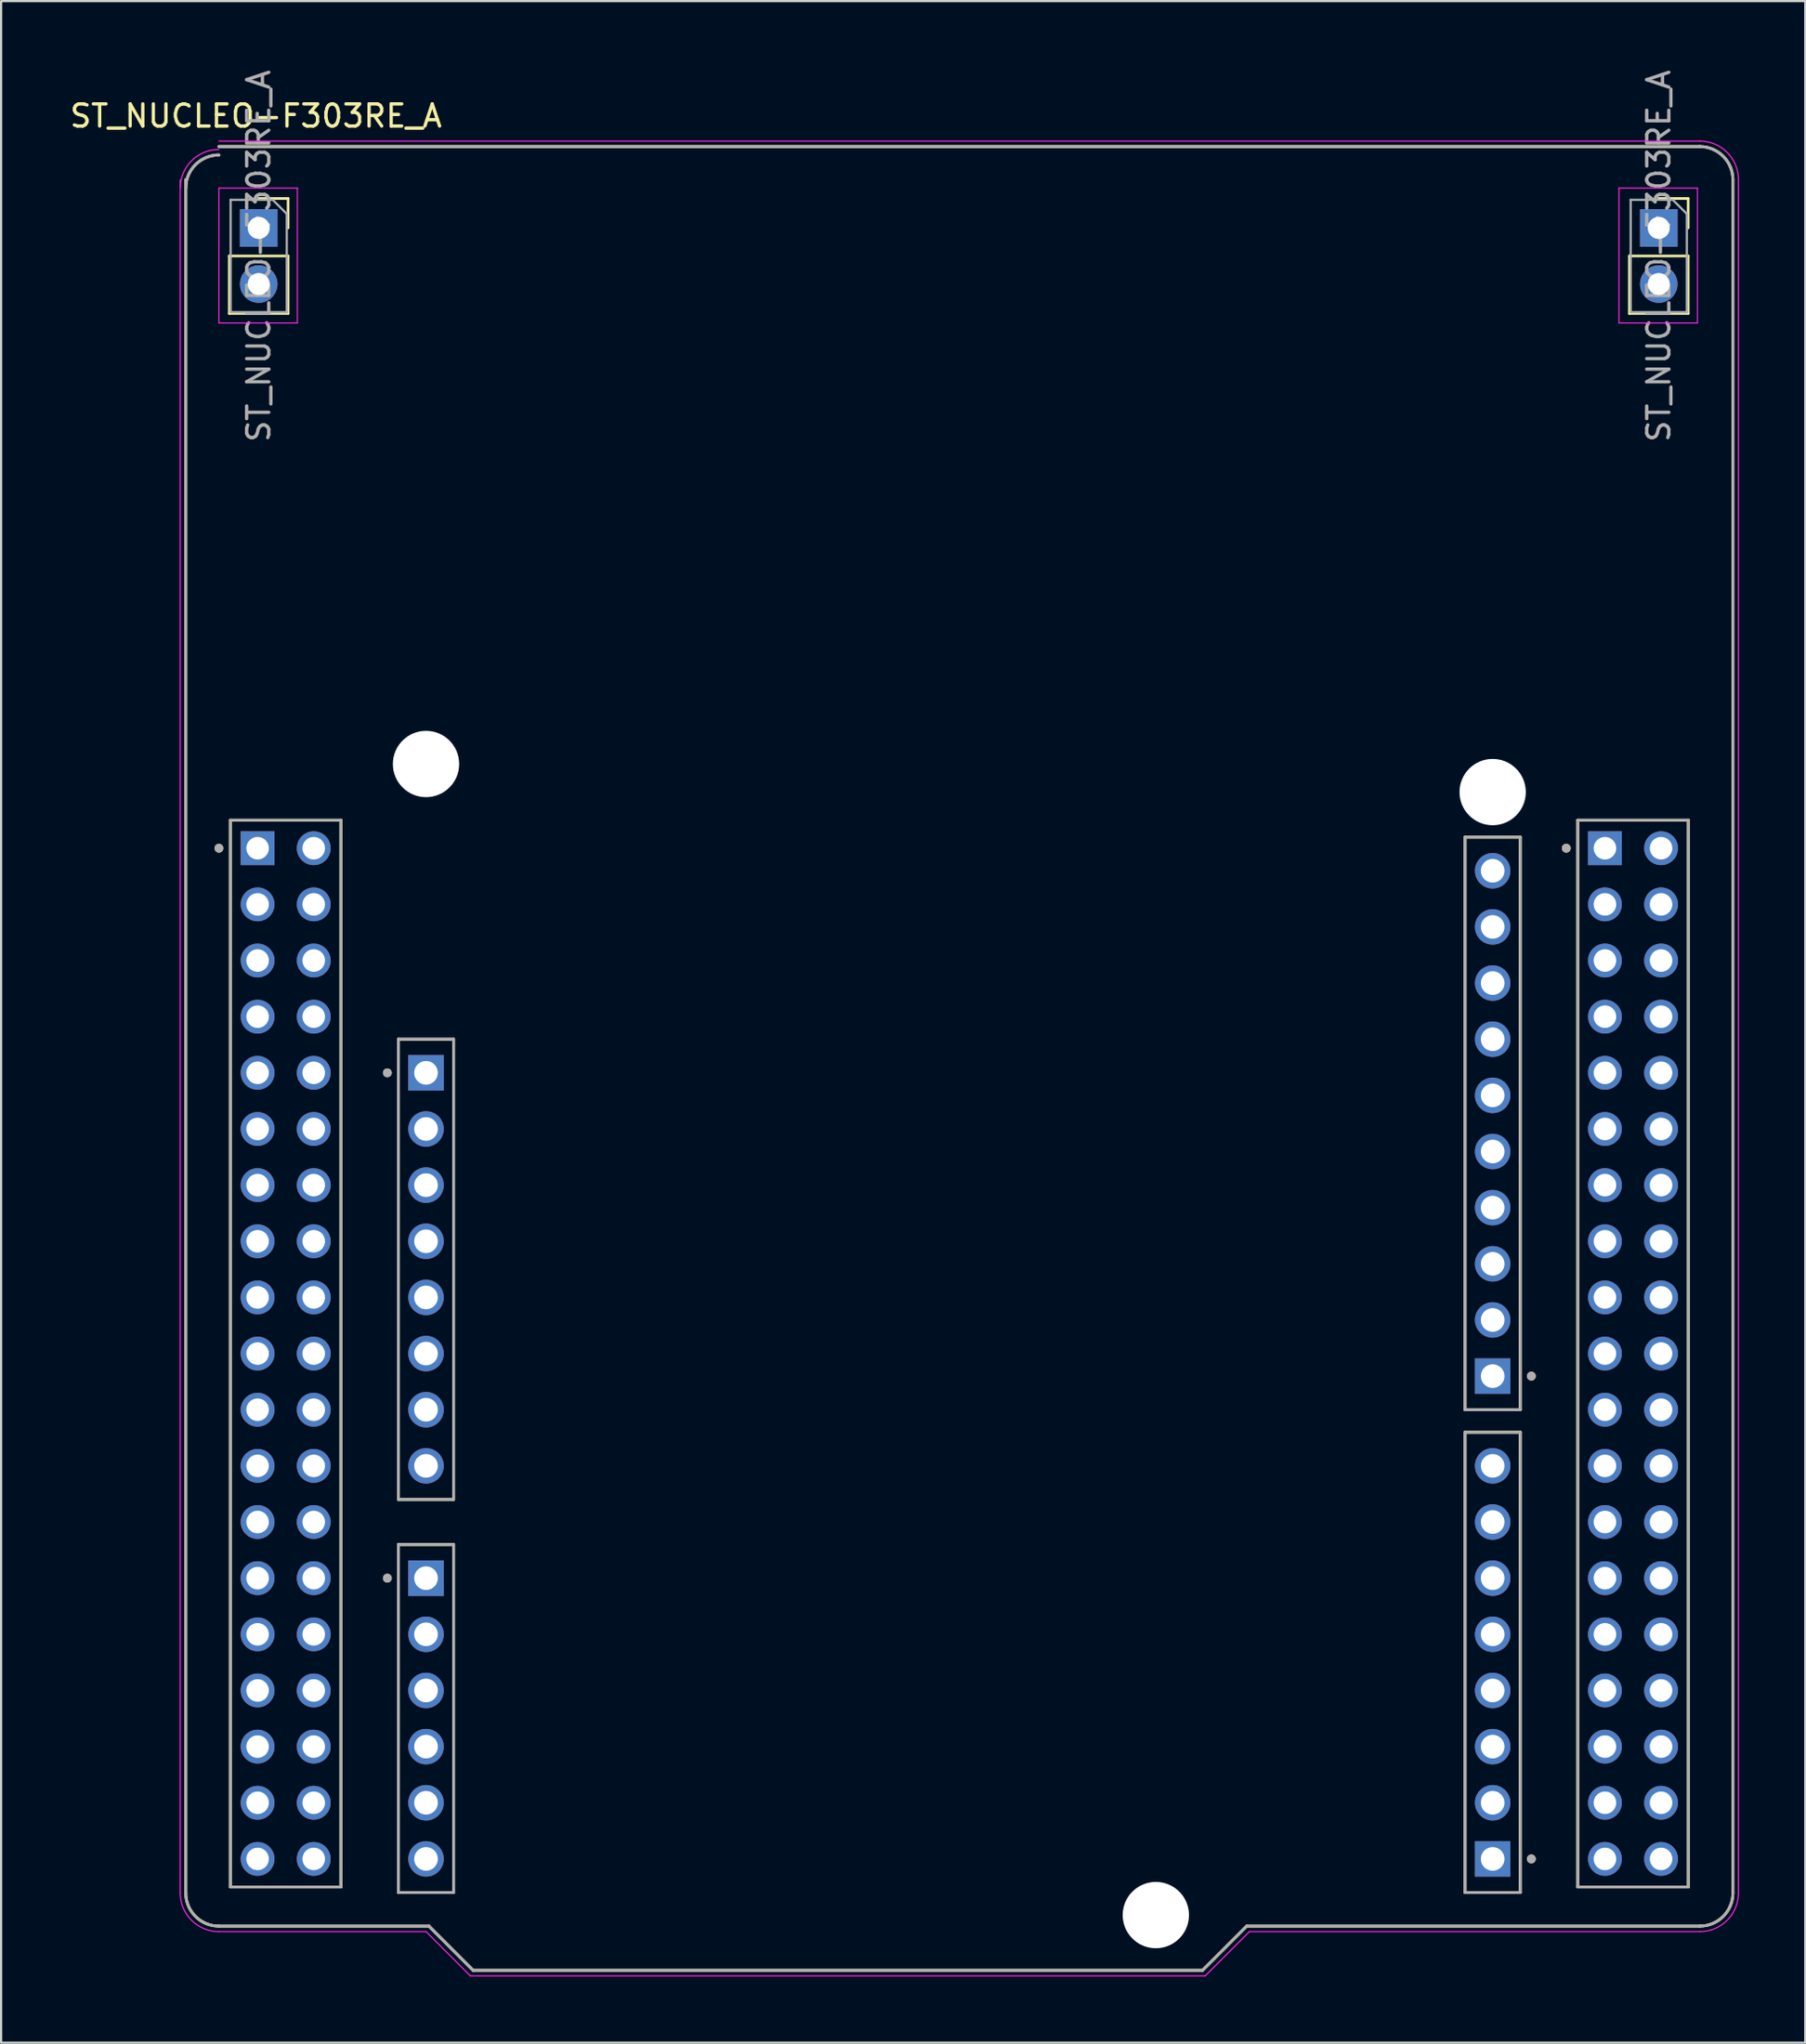
<source format=kicad_pcb>
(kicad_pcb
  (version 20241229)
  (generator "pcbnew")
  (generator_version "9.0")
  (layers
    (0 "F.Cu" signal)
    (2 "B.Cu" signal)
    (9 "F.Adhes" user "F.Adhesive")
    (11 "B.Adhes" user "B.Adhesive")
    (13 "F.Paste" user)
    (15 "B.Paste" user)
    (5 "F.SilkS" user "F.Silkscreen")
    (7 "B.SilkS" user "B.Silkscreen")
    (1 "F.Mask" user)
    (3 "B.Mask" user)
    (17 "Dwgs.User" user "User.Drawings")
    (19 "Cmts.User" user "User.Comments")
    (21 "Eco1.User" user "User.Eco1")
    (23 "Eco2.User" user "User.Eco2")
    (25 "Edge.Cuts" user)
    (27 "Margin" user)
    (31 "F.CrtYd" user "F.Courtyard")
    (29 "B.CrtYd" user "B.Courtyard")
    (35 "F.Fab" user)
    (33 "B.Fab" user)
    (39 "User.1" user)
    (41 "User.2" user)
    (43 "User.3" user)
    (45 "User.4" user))
  (footprint "ST_NUCLEO-F303RE_A"
    (layer "F.Cu")
    (at 40.355 44.83)
    (property "Reference" "ST_NUCLEO-F303RE_A" (at -31.825 -42.635 0) (layer "F.SilkS") (effects (font (size 1 1) (thickness 0.15))))
    (attr through_hole)
    (fp_line (start -35 37.75) (end -35 -39.75) (stroke (width 0.127) (type solid)) (layer "F.SilkS"))
    (fp_line (start -33.5 -41.25) (end 33.5 -41.25) (stroke (width 0.127) (type solid)) (layer "F.SilkS"))
    (fp_line (start -33.03 -36.3) (end -33.03 -33.7) (stroke (width 0.12) (type solid)) (layer "F.SilkS"))
    (fp_line (start -33.03 -36.3) (end -30.37 -36.3) (stroke (width 0.12) (type solid)) (layer "F.SilkS"))
    (fp_line (start -33.03 -33.7) (end -30.37 -33.7) (stroke (width 0.12) (type solid)) (layer "F.SilkS"))
    (fp_line (start -32.98 -10.78) (end -32.98 37.48) (stroke (width 0.127) (type solid)) (layer "F.SilkS"))
    (fp_line (start -32.98 37.48) (end -27.98 37.48) (stroke (width 0.127) (type solid)) (layer "F.SilkS"))
    (fp_line (start -31.7 -38.9) (end -30.37 -38.9) (stroke (width 0.12) (type solid)) (layer "F.SilkS"))
    (fp_line (start -30.37 -38.9) (end -30.37 -37.57) (stroke (width 0.12) (type solid)) (layer "F.SilkS"))
    (fp_line (start -30.37 -36.3) (end -30.37 -33.7) (stroke (width 0.12) (type solid)) (layer "F.SilkS"))
    (fp_line (start -27.98 -10.78) (end -32.98 -10.78) (stroke (width 0.127) (type solid)) (layer "F.SilkS"))
    (fp_line (start -27.98 37.48) (end -27.98 -10.78) (stroke (width 0.127) (type solid)) (layer "F.SilkS"))
    (fp_line (start -25.38 -0.87) (end -25.38 19.95) (stroke (width 0.127) (type solid)) (layer "F.SilkS"))
    (fp_line (start -25.38 19.95) (end -22.88 19.95) (stroke (width 0.127) (type solid)) (layer "F.SilkS"))
    (fp_line (start -25.38 21.99) (end -25.38 37.73) (stroke (width 0.127) (type solid)) (layer "F.SilkS"))
    (fp_line (start -25.38 37.73) (end -22.88 37.73) (stroke (width 0.127) (type solid)) (layer "F.SilkS"))
    (fp_line (start -24 39.25) (end -33.5 39.25) (stroke (width 0.127) (type solid)) (layer "F.SilkS"))
    (fp_line (start -22.88 -0.87) (end -25.38 -0.87) (stroke (width 0.127) (type solid)) (layer "F.SilkS"))
    (fp_line (start -22.88 19.95) (end -22.88 -0.87) (stroke (width 0.127) (type solid)) (layer "F.SilkS"))
    (fp_line (start -22.88 21.99) (end -25.38 21.99) (stroke (width 0.127) (type solid)) (layer "F.SilkS"))
    (fp_line (start -22.88 37.73) (end -22.88 21.99) (stroke (width 0.127) (type solid)) (layer "F.SilkS"))
    (fp_line (start -22 41.25) (end -24 39.25) (stroke (width 0.127) (type solid)) (layer "F.SilkS"))
    (fp_line (start 11 41.25) (end -22 41.25) (stroke (width 0.127) (type solid)) (layer "F.SilkS"))
    (fp_line (start 13 39.25) (end 11 41.25) (stroke (width 0.127) (type solid)) (layer "F.SilkS"))
    (fp_line (start 22.88 -10.01) (end 22.88 15.89) (stroke (width 0.127) (type solid)) (layer "F.SilkS"))
    (fp_line (start 22.88 15.89) (end 25.38 15.89) (stroke (width 0.127) (type solid)) (layer "F.SilkS"))
    (fp_line (start 22.88 16.91) (end 22.88 37.73) (stroke (width 0.127) (type solid)) (layer "F.SilkS"))
    (fp_line (start 22.88 37.73) (end 25.38 37.73) (stroke (width 0.127) (type solid)) (layer "F.SilkS"))
    (fp_line (start 25.38 -10.01) (end 22.88 -10.01) (stroke (width 0.127) (type solid)) (layer "F.SilkS"))
    (fp_line (start 25.38 15.89) (end 25.38 -10.01) (stroke (width 0.127) (type solid)) (layer "F.SilkS"))
    (fp_line (start 25.38 16.91) (end 22.88 16.91) (stroke (width 0.127) (type solid)) (layer "F.SilkS"))
    (fp_line (start 25.38 37.73) (end 25.38 16.91) (stroke (width 0.127) (type solid)) (layer "F.SilkS"))
    (fp_line (start 27.98 -10.78) (end 27.98 37.48) (stroke (width 0.127) (type solid)) (layer "F.SilkS"))
    (fp_line (start 27.98 37.48) (end 32.98 37.48) (stroke (width 0.127) (type solid)) (layer "F.SilkS"))
    (fp_line (start 30.315 -36.3) (end 30.315 -33.7) (stroke (width 0.12) (type solid)) (layer "F.SilkS"))
    (fp_line (start 30.315 -36.3) (end 32.975 -36.3) (stroke (width 0.12) (type solid)) (layer "F.SilkS"))
    (fp_line (start 30.315 -33.7) (end 32.975 -33.7) (stroke (width 0.12) (type solid)) (layer "F.SilkS"))
    (fp_line (start 31.645 -38.9) (end 32.975 -38.9) (stroke (width 0.12) (type solid)) (layer "F.SilkS"))
    (fp_line (start 32.975 -38.9) (end 32.975 -37.57) (stroke (width 0.12) (type solid)) (layer "F.SilkS"))
    (fp_line (start 32.975 -36.3) (end 32.975 -33.7) (stroke (width 0.12) (type solid)) (layer "F.SilkS"))
    (fp_line (start 32.98 -10.78) (end 27.98 -10.78) (stroke (width 0.127) (type solid)) (layer "F.SilkS"))
    (fp_line (start 32.98 37.48) (end 32.98 -10.78) (stroke (width 0.127) (type solid)) (layer "F.SilkS"))
    (fp_line (start 33.5 39.25) (end 13 39.25) (stroke (width 0.127) (type solid)) (layer "F.SilkS"))
    (fp_line (start 35 -39.75) (end 35 37.75) (stroke (width 0.127) (type solid)) (layer "F.SilkS"))
    (fp_arc (start -35 -39.37) (mid -34.56066 -40.43066) (end -33.5 -40.87) (stroke (width 0.127) (type solid)) (layer "F.SilkS"))
    (fp_arc (start -33.5 39.25) (mid -34.56066 38.81066) (end -35 37.75) (stroke (width 0.127) (type solid)) (layer "F.SilkS"))
    (fp_arc (start 33.5 -41.25) (mid 34.56066 -40.81066) (end 35 -39.75) (stroke (width 0.127) (type solid)) (layer "F.SilkS"))
    (fp_arc (start 35 37.75) (mid 34.56066 38.81066) (end 33.5 39.25) (stroke (width 0.127) (type solid)) (layer "F.SilkS"))
    (fp_circle (center -33.5 -9.51) (end -33.4 -9.51) (stroke (width 0.2) (type solid)) (fill no) (layer "F.SilkS"))
    (fp_circle (center -25.88 0.65) (end -25.78 0.65) (stroke (width 0.2) (type solid)) (fill no) (layer "F.SilkS"))
    (fp_circle (center -25.88 23.51) (end -25.78 23.51) (stroke (width 0.2) (type solid)) (fill no) (layer "F.SilkS"))
    (fp_circle (center 25.88 14.37) (end 25.98 14.37) (stroke (width 0.2) (type solid)) (fill no) (layer "F.SilkS"))
    (fp_circle (center 25.88 36.21) (end 25.98 36.21) (stroke (width 0.2) (type solid)) (fill no) (layer "F.SilkS"))
    (fp_circle (center 27.46 -9.51) (end 27.56 -9.51) (stroke (width 0.2) (type solid)) (fill no) (layer "F.SilkS"))
    (fp_line (start -35.25 37.75) (end -35.25 -39.75) (stroke (width 0.05) (type solid)) (layer "F.CrtYd"))
    (fp_line (start -33.5 -41.5) (end 33.5 -41.5) (stroke (width 0.05) (type solid)) (layer "F.CrtYd"))
    (fp_line (start -33.5 -39.37) (end -29.95 -39.37) (stroke (width 0.05) (type solid)) (layer "F.CrtYd"))
    (fp_line (start -33.5 -33.27) (end -33.5 -39.37) (stroke (width 0.05) (type solid)) (layer "F.CrtYd"))
    (fp_line (start -29.95 -39.37) (end -29.95 -33.27) (stroke (width 0.05) (type solid)) (layer "F.CrtYd"))
    (fp_line (start -29.95 -33.27) (end -33.5 -33.27) (stroke (width 0.05) (type solid)) (layer "F.CrtYd"))
    (fp_line (start -24.125 39.5) (end -33.5 39.5) (stroke (width 0.05) (type solid)) (layer "F.CrtYd"))
    (fp_line (start -22.125 41.5) (end -24.125 39.5) (stroke (width 0.05) (type solid)) (layer "F.CrtYd"))
    (fp_line (start 11.125 41.5) (end -22.125 41.5) (stroke (width 0.05) (type solid)) (layer "F.CrtYd"))
    (fp_line (start 13.125 39.5) (end 11.125 41.5) (stroke (width 0.05) (type solid)) (layer "F.CrtYd"))
    (fp_line (start 29.845 -39.37) (end 33.395 -39.37) (stroke (width 0.05) (type solid)) (layer "F.CrtYd"))
    (fp_line (start 29.845 -33.27) (end 29.845 -39.37) (stroke (width 0.05) (type solid)) (layer "F.CrtYd"))
    (fp_line (start 33.395 -39.37) (end 33.395 -33.27) (stroke (width 0.05) (type solid)) (layer "F.CrtYd"))
    (fp_line (start 33.395 -33.27) (end 29.845 -33.27) (stroke (width 0.05) (type solid)) (layer "F.CrtYd"))
    (fp_line (start 33.5 39.5) (end 13.125 39.5) (stroke (width 0.05) (type solid)) (layer "F.CrtYd"))
    (fp_line (start 35.25 -39.75) (end 35.25 37.75) (stroke (width 0.05) (type solid)) (layer "F.CrtYd"))
    (fp_arc (start -35.25 -39.37) (mid -34.737437 -40.607437) (end -33.5 -41.12) (stroke (width 0.05) (type solid)) (layer "F.CrtYd"))
    (fp_arc (start -33.5 39.5) (mid -34.737437 38.987437) (end -35.25 37.75) (stroke (width 0.05) (type solid)) (layer "F.CrtYd"))
    (fp_arc (start 33.5 -41.5) (mid 34.737437 -40.987437) (end 35.25 -39.75) (stroke (width 0.05) (type solid)) (layer "F.CrtYd"))
    (fp_arc (start 35.25 37.75) (mid 34.737437 38.987437) (end 33.5 39.5) (stroke (width 0.05) (type solid)) (layer "F.CrtYd"))
    (fp_line (start -35 37.75) (end -35 -39.75) (stroke (width 0.127) (type solid)) (layer "F.Fab"))
    (fp_line (start -33.5 -41.25) (end 33.5 -41.25) (stroke (width 0.127) (type solid)) (layer "F.Fab"))
    (fp_line (start -32.98 -10.78) (end -32.98 37.48) (stroke (width 0.127) (type solid)) (layer "F.Fab"))
    (fp_line (start -32.98 37.48) (end -27.98 37.48) (stroke (width 0.127) (type solid)) (layer "F.Fab"))
    (fp_line (start -32.97 -38.84) (end -31.065 -38.84) (stroke (width 0.1) (type solid)) (layer "F.Fab"))
    (fp_line (start -32.97 -33.76) (end -32.97 -38.84) (stroke (width 0.1) (type solid)) (layer "F.Fab"))
    (fp_line (start -31.065 -38.84) (end -30.43 -38.205) (stroke (width 0.1) (type solid)) (layer "F.Fab"))
    (fp_line (start -30.43 -38.205) (end -30.43 -33.76) (stroke (width 0.1) (type solid)) (layer "F.Fab"))
    (fp_line (start -30.43 -33.76) (end -32.97 -33.76) (stroke (width 0.1) (type solid)) (layer "F.Fab"))
    (fp_line (start -27.98 -10.78) (end -32.98 -10.78) (stroke (width 0.127) (type solid)) (layer "F.Fab"))
    (fp_line (start -27.98 37.48) (end -27.98 -10.78) (stroke (width 0.127) (type solid)) (layer "F.Fab"))
    (fp_line (start -25.38 -0.87) (end -25.38 19.95) (stroke (width 0.127) (type solid)) (layer "F.Fab"))
    (fp_line (start -25.38 19.95) (end -22.88 19.95) (stroke (width 0.127) (type solid)) (layer "F.Fab"))
    (fp_line (start -25.38 21.99) (end -25.38 37.73) (stroke (width 0.127) (type solid)) (layer "F.Fab"))
    (fp_line (start -25.38 37.73) (end -22.88 37.73) (stroke (width 0.127) (type solid)) (layer "F.Fab"))
    (fp_line (start -24 39.25) (end -33.5 39.25) (stroke (width 0.127) (type solid)) (layer "F.Fab"))
    (fp_line (start -22.88 -0.87) (end -25.38 -0.87) (stroke (width 0.127) (type solid)) (layer "F.Fab"))
    (fp_line (start -22.88 19.95) (end -22.88 -0.87) (stroke (width 0.127) (type solid)) (layer "F.Fab"))
    (fp_line (start -22.88 21.99) (end -25.38 21.99) (stroke (width 0.127) (type solid)) (layer "F.Fab"))
    (fp_line (start -22.88 37.73) (end -22.88 21.99) (stroke (width 0.127) (type solid)) (layer "F.Fab"))
    (fp_line (start -22 41.25) (end -24 39.25) (stroke (width 0.127) (type solid)) (layer "F.Fab"))
    (fp_line (start 11 41.25) (end -22 41.25) (stroke (width 0.127) (type solid)) (layer "F.Fab"))
    (fp_line (start 13 39.25) (end 11 41.25) (stroke (width 0.127) (type solid)) (layer "F.Fab"))
    (fp_line (start 22.88 -10.01) (end 22.88 15.89) (stroke (width 0.127) (type solid)) (layer "F.Fab"))
    (fp_line (start 22.88 15.89) (end 25.38 15.89) (stroke (width 0.127) (type solid)) (layer "F.Fab"))
    (fp_line (start 22.88 16.91) (end 22.88 37.73) (stroke (width 0.127) (type solid)) (layer "F.Fab"))
    (fp_line (start 22.88 37.73) (end 25.38 37.73) (stroke (width 0.127) (type solid)) (layer "F.Fab"))
    (fp_line (start 25.38 -10.01) (end 22.88 -10.01) (stroke (width 0.127) (type solid)) (layer "F.Fab"))
    (fp_line (start 25.38 15.89) (end 25.38 -10.01) (stroke (width 0.127) (type solid)) (layer "F.Fab"))
    (fp_line (start 25.38 16.91) (end 22.88 16.91) (stroke (width 0.127) (type solid)) (layer "F.Fab"))
    (fp_line (start 25.38 37.73) (end 25.38 16.91) (stroke (width 0.127) (type solid)) (layer "F.Fab"))
    (fp_line (start 27.98 -10.78) (end 27.98 37.48) (stroke (width 0.127) (type solid)) (layer "F.Fab"))
    (fp_line (start 27.98 37.48) (end 32.98 37.48) (stroke (width 0.127) (type solid)) (layer "F.Fab"))
    (fp_line (start 30.375 -38.84) (end 32.28 -38.84) (stroke (width 0.1) (type solid)) (layer "F.Fab"))
    (fp_line (start 30.375 -33.76) (end 30.375 -38.84) (stroke (width 0.1) (type solid)) (layer "F.Fab"))
    (fp_line (start 32.28 -38.84) (end 32.915 -38.205) (stroke (width 0.1) (type solid)) (layer "F.Fab"))
    (fp_line (start 32.915 -38.205) (end 32.915 -33.76) (stroke (width 0.1) (type solid)) (layer "F.Fab"))
    (fp_line (start 32.915 -33.76) (end 30.375 -33.76) (stroke (width 0.1) (type solid)) (layer "F.Fab"))
    (fp_line (start 32.98 -10.78) (end 27.98 -10.78) (stroke (width 0.127) (type solid)) (layer "F.Fab"))
    (fp_line (start 32.98 37.48) (end 32.98 -10.78) (stroke (width 0.127) (type solid)) (layer "F.Fab"))
    (fp_line (start 33.5 39.25) (end 13 39.25) (stroke (width 0.127) (type solid)) (layer "F.Fab"))
    (fp_line (start 35 -39.75) (end 35 37.75) (stroke (width 0.127) (type solid)) (layer "F.Fab"))
    (fp_arc (start -35 -39.37) (mid -34.56066 -40.43066) (end -33.5 -40.87) (stroke (width 0.127) (type solid)) (layer "F.Fab"))
    (fp_arc (start -33.5 39.25) (mid -34.56066 38.81066) (end -35 37.75) (stroke (width 0.127) (type solid)) (layer "F.Fab"))
    (fp_arc (start 33.5 -41.25) (mid 34.56066 -40.81066) (end 35 -39.75) (stroke (width 0.127) (type solid)) (layer "F.Fab"))
    (fp_arc (start 35 37.75) (mid 34.56066 38.81066) (end 33.5 39.25) (stroke (width 0.127) (type solid)) (layer "F.Fab"))
    (fp_circle (center -33.5 -9.51) (end -33.4 -9.51) (stroke (width 0.2) (type solid)) (fill no) (layer "F.Fab"))
    (fp_circle (center -25.88 0.65) (end -25.78 0.65) (stroke (width 0.2) (type solid)) (fill no) (layer "F.Fab"))
    (fp_circle (center -25.88 23.51) (end -25.78 23.51) (stroke (width 0.2) (type solid)) (fill no) (layer "F.Fab"))
    (fp_circle (center 25.88 14.37) (end 25.98 14.37) (stroke (width 0.2) (type solid)) (fill no) (layer "F.Fab"))
    (fp_circle (center 25.88 36.21) (end 25.98 36.21) (stroke (width 0.2) (type solid)) (fill no) (layer "F.Fab"))
    (fp_circle (center 27.46 -9.51) (end 27.56 -9.51) (stroke (width 0.2) (type solid)) (fill no) (layer "F.Fab"))
    (fp_text user "${REFERENCE}" (at -31.7 -36.3 90) (layer "F.Fab") (effects (font (size 1 1) (thickness 0.15))))
    (fp_text user "${REFERENCE}" (at 31.645 -36.3 90) (layer "F.Fab") (effects (font (size 1 1) (thickness 0.15))))
    (pad "" np_thru_hole circle (at -24.13 -13.32) (size 3 3) (drill 3) (layers "*.Cu" "*.Mask"))
    (pad "" np_thru_hole circle (at 8.89 38.75) (size 3 3) (drill 3) (layers "*.Cu" "*.Mask"))
    (pad "" np_thru_hole circle (at 24.13 -12.05) (size 3 3) (drill 3) (layers "*.Cu" "*.Mask"))
    (pad "1" thru_hole rect (at -31.7 -37.57) (size 1.7 1.7) (drill 1) (layers "*.Cu" "*.Mask"))
    (pad "1" thru_hole rect (at 31.645 -37.57) (size 1.7 1.7) (drill 1) (layers "*.Cu" "*.Mask"))
    (pad "2" thru_hole oval (at -31.7 -35.03) (size 1.7 1.7) (drill 1) (layers "*.Cu" "*.Mask"))
    (pad "2" thru_hole oval (at 31.645 -35.03) (size 1.7 1.7) (drill 1) (layers "*.Cu" "*.Mask"))
    (pad "CN5_1" thru_hole rect (at 24.13 14.37) (size 1.605 1.605) (drill 1.07) (layers "*.Cu" "*.Mask"))
    (pad "CN5_2" thru_hole circle (at 24.13 11.83) (size 1.605 1.605) (drill 1.07) (layers "*.Cu" "*.Mask"))
    (pad "CN5_3" thru_hole circle (at 24.13 9.29) (size 1.605 1.605) (drill 1.07) (layers "*.Cu" "*.Mask"))
    (pad "CN5_4" thru_hole circle (at 24.13 6.75) (size 1.605 1.605) (drill 1.07) (layers "*.Cu" "*.Mask"))
    (pad "CN5_5" thru_hole circle (at 24.13 4.21) (size 1.605 1.605) (drill 1.07) (layers "*.Cu" "*.Mask"))
    (pad "CN5_6" thru_hole circle (at 24.13 1.67) (size 1.605 1.605) (drill 1.07) (layers "*.Cu" "*.Mask"))
    (pad "CN5_7" thru_hole circle (at 24.13 -0.87) (size 1.605 1.605) (drill 1.07) (layers "*.Cu" "*.Mask"))
    (pad "CN5_8" thru_hole circle (at 24.13 -3.41) (size 1.605 1.605) (drill 1.07) (layers "*.Cu" "*.Mask"))
    (pad "CN5_9" thru_hole circle (at 24.13 -5.95) (size 1.605 1.605) (drill 1.07) (layers "*.Cu" "*.Mask"))
    (pad "CN5_10" thru_hole circle (at 24.13 -8.49) (size 1.605 1.605) (drill 1.07) (layers "*.Cu" "*.Mask"))
    (pad "CN6_1" thru_hole rect (at -24.13 0.65) (size 1.605 1.605) (drill 1.07) (layers "*.Cu" "*.Mask"))
    (pad "CN6_2" thru_hole circle (at -24.13 3.19) (size 1.605 1.605) (drill 1.07) (layers "*.Cu" "*.Mask"))
    (pad "CN6_3" thru_hole circle (at -24.13 5.73) (size 1.605 1.605) (drill 1.07) (layers "*.Cu" "*.Mask"))
    (pad "CN6_4" thru_hole circle (at -24.13 8.27) (size 1.605 1.605) (drill 1.07) (layers "*.Cu" "*.Mask"))
    (pad "CN6_5" thru_hole circle (at -24.13 10.81) (size 1.605 1.605) (drill 1.07) (layers "*.Cu" "*.Mask"))
    (pad "CN6_6" thru_hole circle (at -24.13 13.35) (size 1.605 1.605) (drill 1.07) (layers "*.Cu" "*.Mask"))
    (pad "CN6_7" thru_hole circle (at -24.13 15.89) (size 1.605 1.605) (drill 1.07) (layers "*.Cu" "*.Mask"))
    (pad "CN6_8" thru_hole circle (at -24.13 18.43) (size 1.605 1.605) (drill 1.07) (layers "*.Cu" "*.Mask"))
    (pad "CN7_1" thru_hole rect (at -31.75 -9.51) (size 1.53 1.53) (drill 1.02) (layers "*.Cu" "*.Mask"))
    (pad "CN7_2" thru_hole circle (at -29.21 -9.51) (size 1.53 1.53) (drill 1.02) (layers "*.Cu" "*.Mask"))
    (pad "CN7_3" thru_hole circle (at -31.75 -6.97) (size 1.53 1.53) (drill 1.02) (layers "*.Cu" "*.Mask"))
    (pad "CN7_4" thru_hole circle (at -29.21 -6.97) (size 1.53 1.53) (drill 1.02) (layers "*.Cu" "*.Mask"))
    (pad "CN7_5" thru_hole circle (at -31.75 -4.43) (size 1.53 1.53) (drill 1.02) (layers "*.Cu" "*.Mask"))
    (pad "CN7_6" thru_hole circle (at -29.21 -4.43) (size 1.53 1.53) (drill 1.02) (layers "*.Cu" "*.Mask"))
    (pad "CN7_7" thru_hole circle (at -31.75 -1.89) (size 1.53 1.53) (drill 1.02) (layers "*.Cu" "*.Mask"))
    (pad "CN7_8" thru_hole circle (at -29.21 -1.89) (size 1.53 1.53) (drill 1.02) (layers "*.Cu" "*.Mask"))
    (pad "CN7_9" thru_hole circle (at -31.75 0.65) (size 1.53 1.53) (drill 1.02) (layers "*.Cu" "*.Mask"))
    (pad "CN7_10" thru_hole circle (at -29.21 0.65) (size 1.53 1.53) (drill 1.02) (layers "*.Cu" "*.Mask"))
    (pad "CN7_11" thru_hole circle (at -31.75 3.19) (size 1.53 1.53) (drill 1.02) (layers "*.Cu" "*.Mask"))
    (pad "CN7_12" thru_hole circle (at -29.21 3.19) (size 1.53 1.53) (drill 1.02) (layers "*.Cu" "*.Mask"))
    (pad "CN7_13" thru_hole circle (at -31.75 5.73) (size 1.53 1.53) (drill 1.02) (layers "*.Cu" "*.Mask"))
    (pad "CN7_14" thru_hole circle (at -29.21 5.73) (size 1.53 1.53) (drill 1.02) (layers "*.Cu" "*.Mask"))
    (pad "CN7_15" thru_hole circle (at -31.75 8.27) (size 1.53 1.53) (drill 1.02) (layers "*.Cu" "*.Mask"))
    (pad "CN7_16" thru_hole circle (at -29.21 8.27) (size 1.53 1.53) (drill 1.02) (layers "*.Cu" "*.Mask"))
    (pad "CN7_17" thru_hole circle (at -31.75 10.81) (size 1.53 1.53) (drill 1.02) (layers "*.Cu" "*.Mask"))
    (pad "CN7_18" thru_hole circle (at -29.21 10.81) (size 1.53 1.53) (drill 1.02) (layers "*.Cu" "*.Mask"))
    (pad "CN7_19" thru_hole circle (at -31.75 13.35) (size 1.53 1.53) (drill 1.02) (layers "*.Cu" "*.Mask"))
    (pad "CN7_20" thru_hole circle (at -29.21 13.35) (size 1.53 1.53) (drill 1.02) (layers "*.Cu" "*.Mask"))
    (pad "CN7_21" thru_hole circle (at -31.75 15.89) (size 1.53 1.53) (drill 1.02) (layers "*.Cu" "*.Mask"))
    (pad "CN7_22" thru_hole circle (at -29.21 15.89) (size 1.53 1.53) (drill 1.02) (layers "*.Cu" "*.Mask"))
    (pad "CN7_23" thru_hole circle (at -31.75 18.43) (size 1.53 1.53) (drill 1.02) (layers "*.Cu" "*.Mask"))
    (pad "CN7_24" thru_hole circle (at -29.21 18.43) (size 1.53 1.53) (drill 1.02) (layers "*.Cu" "*.Mask"))
    (pad "CN7_25" thru_hole circle (at -31.75 20.97) (size 1.53 1.53) (drill 1.02) (layers "*.Cu" "*.Mask"))
    (pad "CN7_26" thru_hole circle (at -29.21 20.97) (size 1.53 1.53) (drill 1.02) (layers "*.Cu" "*.Mask"))
    (pad "CN7_27" thru_hole circle (at -31.75 23.51) (size 1.53 1.53) (drill 1.02) (layers "*.Cu" "*.Mask"))
    (pad "CN7_28" thru_hole circle (at -29.21 23.51) (size 1.53 1.53) (drill 1.02) (layers "*.Cu" "*.Mask"))
    (pad "CN7_29" thru_hole circle (at -31.75 26.05) (size 1.53 1.53) (drill 1.02) (layers "*.Cu" "*.Mask"))
    (pad "CN7_30" thru_hole circle (at -29.21 26.05) (size 1.53 1.53) (drill 1.02) (layers "*.Cu" "*.Mask"))
    (pad "CN7_31" thru_hole circle (at -31.75 28.59) (size 1.53 1.53) (drill 1.02) (layers "*.Cu" "*.Mask"))
    (pad "CN7_32" thru_hole circle (at -29.21 28.59) (size 1.53 1.53) (drill 1.02) (layers "*.Cu" "*.Mask"))
    (pad "CN7_33" thru_hole circle (at -31.75 31.13) (size 1.53 1.53) (drill 1.02) (layers "*.Cu" "*.Mask"))
    (pad "CN7_34" thru_hole circle (at -29.21 31.13) (size 1.53 1.53) (drill 1.02) (layers "*.Cu" "*.Mask"))
    (pad "CN7_35" thru_hole circle (at -31.75 33.67) (size 1.53 1.53) (drill 1.02) (layers "*.Cu" "*.Mask"))
    (pad "CN7_36" thru_hole circle (at -29.21 33.67) (size 1.53 1.53) (drill 1.02) (layers "*.Cu" "*.Mask"))
    (pad "CN7_37" thru_hole circle (at -31.75 36.21) (size 1.53 1.53) (drill 1.02) (layers "*.Cu" "*.Mask"))
    (pad "CN7_38" thru_hole circle (at -29.21 36.21) (size 1.53 1.53) (drill 1.02) (layers "*.Cu" "*.Mask"))
    (pad "CN8_1" thru_hole rect (at -24.13 23.51) (size 1.605 1.605) (drill 1.07) (layers "*.Cu" "*.Mask"))
    (pad "CN8_2" thru_hole circle (at -24.13 26.05) (size 1.605 1.605) (drill 1.07) (layers "*.Cu" "*.Mask"))
    (pad "CN8_3" thru_hole circle (at -24.13 28.59) (size 1.605 1.605) (drill 1.07) (layers "*.Cu" "*.Mask"))
    (pad "CN8_4" thru_hole circle (at -24.13 31.13) (size 1.605 1.605) (drill 1.07) (layers "*.Cu" "*.Mask"))
    (pad "CN8_5" thru_hole circle (at -24.13 33.67) (size 1.605 1.605) (drill 1.07) (layers "*.Cu" "*.Mask"))
    (pad "CN8_6" thru_hole circle (at -24.13 36.21) (size 1.605 1.605) (drill 1.07) (layers "*.Cu" "*.Mask"))
    (pad "CN9_1" thru_hole rect (at 24.13 36.21) (size 1.605 1.605) (drill 1.07) (layers "*.Cu" "*.Mask"))
    (pad "CN9_2" thru_hole circle (at 24.13 33.67) (size 1.605 1.605) (drill 1.07) (layers "*.Cu" "*.Mask"))
    (pad "CN9_3" thru_hole circle (at 24.13 31.13) (size 1.605 1.605) (drill 1.07) (layers "*.Cu" "*.Mask"))
    (pad "CN9_4" thru_hole circle (at 24.13 28.59) (size 1.605 1.605) (drill 1.07) (layers "*.Cu" "*.Mask"))
    (pad "CN9_5" thru_hole circle (at 24.13 26.05) (size 1.605 1.605) (drill 1.07) (layers "*.Cu" "*.Mask"))
    (pad "CN9_6" thru_hole circle (at 24.13 23.51) (size 1.605 1.605) (drill 1.07) (layers "*.Cu" "*.Mask"))
    (pad "CN9_7" thru_hole circle (at 24.13 20.97) (size 1.605 1.605) (drill 1.07) (layers "*.Cu" "*.Mask"))
    (pad "CN9_8" thru_hole circle (at 24.13 18.43) (size 1.605 1.605) (drill 1.07) (layers "*.Cu" "*.Mask"))
    (pad "CN10_1" thru_hole rect (at 29.21 -9.51) (size 1.53 1.53) (drill 1.02) (layers "*.Cu" "*.Mask"))
    (pad "CN10_2" thru_hole circle (at 31.75 -9.51) (size 1.53 1.53) (drill 1.02) (layers "*.Cu" "*.Mask"))
    (pad "CN10_3" thru_hole circle (at 29.21 -6.97) (size 1.53 1.53) (drill 1.02) (layers "*.Cu" "*.Mask"))
    (pad "CN10_4" thru_hole circle (at 31.75 -6.97) (size 1.53 1.53) (drill 1.02) (layers "*.Cu" "*.Mask"))
    (pad "CN10_5" thru_hole circle (at 29.21 -4.43) (size 1.53 1.53) (drill 1.02) (layers "*.Cu" "*.Mask"))
    (pad "CN10_6" thru_hole circle (at 31.75 -4.43) (size 1.53 1.53) (drill 1.02) (layers "*.Cu" "*.Mask"))
    (pad "CN10_7" thru_hole circle (at 29.21 -1.89) (size 1.53 1.53) (drill 1.02) (layers "*.Cu" "*.Mask"))
    (pad "CN10_8" thru_hole circle (at 31.75 -1.89) (size 1.53 1.53) (drill 1.02) (layers "*.Cu" "*.Mask"))
    (pad "CN10_9" thru_hole circle (at 29.21 0.65) (size 1.53 1.53) (drill 1.02) (layers "*.Cu" "*.Mask"))
    (pad "CN10_10" thru_hole circle (at 31.75 0.65) (size 1.53 1.53) (drill 1.02) (layers "*.Cu" "*.Mask"))
    (pad "CN10_11" thru_hole circle (at 29.21 3.19) (size 1.53 1.53) (drill 1.02) (layers "*.Cu" "*.Mask"))
    (pad "CN10_12" thru_hole circle (at 31.75 3.19) (size 1.53 1.53) (drill 1.02) (layers "*.Cu" "*.Mask"))
    (pad "CN10_13" thru_hole circle (at 29.21 5.73) (size 1.53 1.53) (drill 1.02) (layers "*.Cu" "*.Mask"))
    (pad "CN10_14" thru_hole circle (at 31.75 5.73) (size 1.53 1.53) (drill 1.02) (layers "*.Cu" "*.Mask"))
    (pad "CN10_15" thru_hole circle (at 29.21 8.27) (size 1.53 1.53) (drill 1.02) (layers "*.Cu" "*.Mask"))
    (pad "CN10_16" thru_hole circle (at 31.75 8.27) (size 1.53 1.53) (drill 1.02) (layers "*.Cu" "*.Mask"))
    (pad "CN10_17" thru_hole circle (at 29.21 10.81) (size 1.53 1.53) (drill 1.02) (layers "*.Cu" "*.Mask"))
    (pad "CN10_18" thru_hole circle (at 31.75 10.81) (size 1.53 1.53) (drill 1.02) (layers "*.Cu" "*.Mask"))
    (pad "CN10_19" thru_hole circle (at 29.21 13.35) (size 1.53 1.53) (drill 1.02) (layers "*.Cu" "*.Mask"))
    (pad "CN10_20" thru_hole circle (at 31.75 13.35) (size 1.53 1.53) (drill 1.02) (layers "*.Cu" "*.Mask"))
    (pad "CN10_21" thru_hole circle (at 29.21 15.89) (size 1.53 1.53) (drill 1.02) (layers "*.Cu" "*.Mask"))
    (pad "CN10_22" thru_hole circle (at 31.75 15.89) (size 1.53 1.53) (drill 1.02) (layers "*.Cu" "*.Mask"))
    (pad "CN10_23" thru_hole circle (at 29.21 18.43) (size 1.53 1.53) (drill 1.02) (layers "*.Cu" "*.Mask"))
    (pad "CN10_24" thru_hole circle (at 31.75 18.43) (size 1.53 1.53) (drill 1.02) (layers "*.Cu" "*.Mask"))
    (pad "CN10_25" thru_hole circle (at 29.21 20.97) (size 1.53 1.53) (drill 1.02) (layers "*.Cu" "*.Mask"))
    (pad "CN10_26" thru_hole circle (at 31.75 20.97) (size 1.53 1.53) (drill 1.02) (layers "*.Cu" "*.Mask"))
    (pad "CN10_27" thru_hole circle (at 29.21 23.51) (size 1.53 1.53) (drill 1.02) (layers "*.Cu" "*.Mask"))
    (pad "CN10_28" thru_hole circle (at 31.75 23.51) (size 1.53 1.53) (drill 1.02) (layers "*.Cu" "*.Mask"))
    (pad "CN10_29" thru_hole circle (at 29.21 26.05) (size 1.53 1.53) (drill 1.02) (layers "*.Cu" "*.Mask"))
    (pad "CN10_30" thru_hole circle (at 31.75 26.05) (size 1.53 1.53) (drill 1.02) (layers "*.Cu" "*.Mask"))
    (pad "CN10_31" thru_hole circle (at 29.21 28.59) (size 1.53 1.53) (drill 1.02) (layers "*.Cu" "*.Mask"))
    (pad "CN10_32" thru_hole circle (at 31.75 28.59) (size 1.53 1.53) (drill 1.02) (layers "*.Cu" "*.Mask"))
    (pad "CN10_33" thru_hole circle (at 29.21 31.13) (size 1.53 1.53) (drill 1.02) (layers "*.Cu" "*.Mask"))
    (pad "CN10_34" thru_hole circle (at 31.75 31.13) (size 1.53 1.53) (drill 1.02) (layers "*.Cu" "*.Mask"))
    (pad "CN10_35" thru_hole circle (at 29.21 33.67) (size 1.53 1.53) (drill 1.02) (layers "*.Cu" "*.Mask"))
    (pad "CN10_36" thru_hole circle (at 31.75 33.67) (size 1.53 1.53) (drill 1.02) (layers "*.Cu" "*.Mask"))
    (pad "CN10_37" thru_hole circle (at 29.21 36.21) (size 1.53 1.53) (drill 1.02) (layers "*.Cu" "*.Mask"))
    (pad "CN10_38" thru_hole circle (at 31.75 36.21) (size 1.53 1.53) (drill 1.02) (layers "*.Cu" "*.Mask")))
  (gr_rect
    (start -3 -3)
    (end 78.63 89.355)
    (stroke (width 0.1) (type default))
    (fill no)
    (layer "Edge.Cuts")))
</source>
